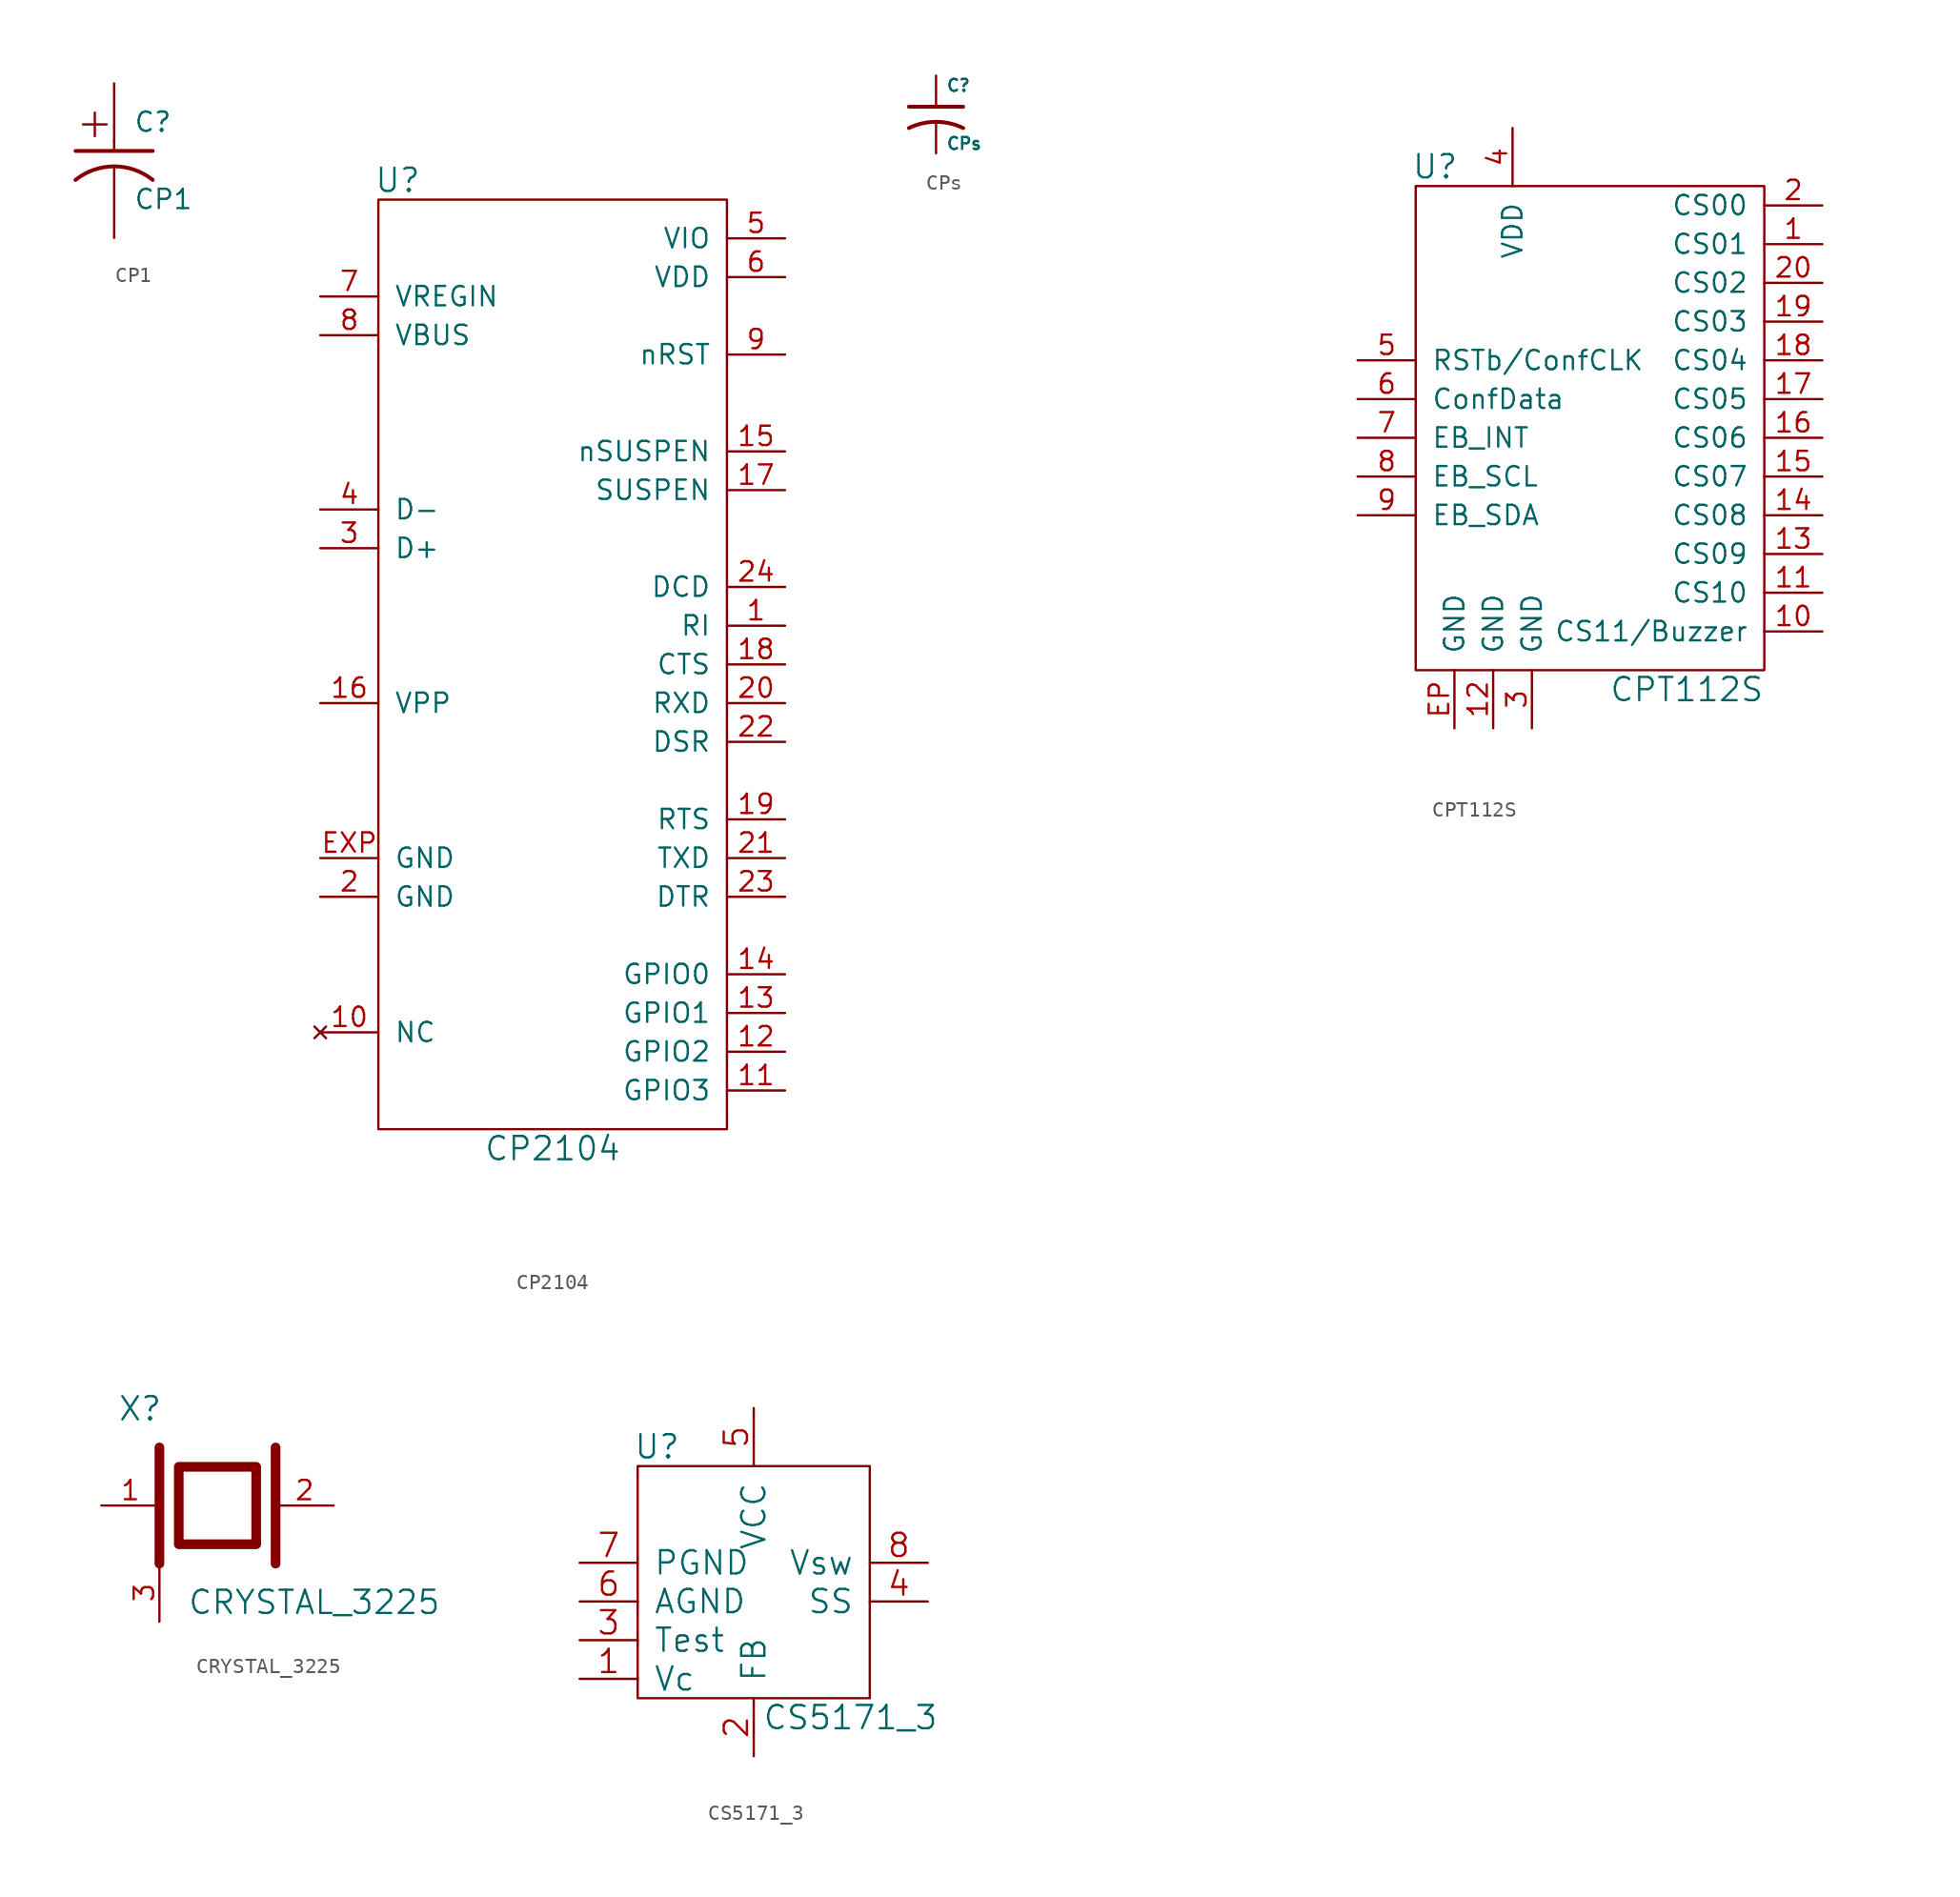
<source format=kicad_sym>
(kicad_symbol_lib
  (version 20210619)
  (generator kicad_symbol_editor)
  (symbol "tinkerforge:CP1"
    (pin_numbers hide)
    (pin_names
      (offset 0.254) hide)
    (property "Reference" "C"
      (at 1.27 2.54 0)
      (effects (font (size 1.27 1.27)) (justify left)))
    (property "Value" "CP1"
      (at 1.27 -2.54 0)
      (effects (font (size 1.27 1.27)) (justify left)))
    (property "Footprint" ""
      (at 0 0 0)
      (effects (font (size 1.524 1.524))))
    (property "Datasheet" ""
      (at 0 0 0)
      (effects (font (size 1.524 1.524))))
    (symbol "CP1_0_0"
      (text "+" (at -1.27 2.54 0) (effects (font (size 2.032 2.032)))))
    (symbol "CP1_0_1"
      (arc (start -2.54 -1.27) (end 2.54 -1.27) (radius (at 0 -4.445) (length 4.064) (angles 128.6 51.3)) (stroke (width 0.254)) (fill (type none)))
      (polyline (pts (xy 0 1.27) (xy 0 0.762) (xy 0 0.762)) (stroke (width 0)) (fill (type none)))
      (polyline (pts (xy 2.54 0.635) (xy -2.54 0.635) (xy -2.54 0.635)) (stroke (width 0.254)) (fill (type none))))
    (symbol "CP1_1_1"
      (pin passive line (at 0 5.08 270) (length 3.81) (name "~" (effects (font (size 1.016 1.016)))) (number "1" (effects (font (size 1.016 1.016)))))
      (pin passive line (at 0 -5.08 90) (length 4.572) (name "~" (effects (font (size 1.016 1.016)))) (number "2" (effects (font (size 1.016 1.016)))))))
  (symbol "tinkerforge:CP2104"
    (pin_names
      (offset 1.016))
    (property "Reference" "U"
      (at -10.16 31.75 0)
      (effects (font (size 1.524 1.524))))
    (property "Value" "CP2104"
      (at 0 -31.75 0)
      (effects (font (size 1.524 1.524))))
    (property "Footprint" ""
      (at 0 0 0)
      (effects (font (size 1.524 1.524))))
    (property "Datasheet" ""
      (at 0 0 0)
      (effects (font (size 1.524 1.524))))
    (symbol "CP2104_0_1"
      (rectangle (start -11.43 30.48) (end 11.43 -30.48) (stroke (width 0)) (fill (type none))))
    (symbol "CP2104_1_1"
      (pin passive line (at 15.24 2.54 180) (length 3.81) (name "RI" (effects (font (size 1.27 1.27)))) (number "1" (effects (font (size 1.27 1.27)))))
      (pin no_connect line (at -15.24 -24.13 0) (length 3.81) (name "NC" (effects (font (size 1.27 1.27)))) (number "10" (effects (font (size 1.27 1.27)))))
      (pin passive line (at 15.24 -27.94 180) (length 3.81) (name "GPIO3" (effects (font (size 1.27 1.27)))) (number "11" (effects (font (size 1.27 1.27)))))
      (pin passive line (at 15.24 -25.4 180) (length 3.81) (name "GPIO2" (effects (font (size 1.27 1.27)))) (number "12" (effects (font (size 1.27 1.27)))))
      (pin passive line (at 15.24 -22.86 180) (length 3.81) (name "GPIO1" (effects (font (size 1.27 1.27)))) (number "13" (effects (font (size 1.27 1.27)))))
      (pin passive line (at 15.24 -20.32 180) (length 3.81) (name "GPIO0" (effects (font (size 1.27 1.27)))) (number "14" (effects (font (size 1.27 1.27)))))
      (pin passive line (at 15.24 13.97 180) (length 3.81) (name "nSUSPEN" (effects (font (size 1.27 1.27)))) (number "15" (effects (font (size 1.27 1.27)))))
      (pin passive line (at -15.24 -2.54 0) (length 3.81) (name "VPP" (effects (font (size 1.27 1.27)))) (number "16" (effects (font (size 1.27 1.27)))))
      (pin passive line (at 15.24 11.43 180) (length 3.81) (name "SUSPEN" (effects (font (size 1.27 1.27)))) (number "17" (effects (font (size 1.27 1.27)))))
      (pin passive line (at 15.24 0 180) (length 3.81) (name "CTS" (effects (font (size 1.27 1.27)))) (number "18" (effects (font (size 1.27 1.27)))))
      (pin passive line (at 15.24 -10.16 180) (length 3.81) (name "RTS" (effects (font (size 1.27 1.27)))) (number "19" (effects (font (size 1.27 1.27)))))
      (pin passive line (at -15.24 -15.24 0) (length 3.81) (name "GND" (effects (font (size 1.27 1.27)))) (number "2" (effects (font (size 1.27 1.27)))))
      (pin passive line (at 15.24 -2.54 180) (length 3.81) (name "RXD" (effects (font (size 1.27 1.27)))) (number "20" (effects (font (size 1.27 1.27)))))
      (pin passive line (at 15.24 -12.7 180) (length 3.81) (name "TXD" (effects (font (size 1.27 1.27)))) (number "21" (effects (font (size 1.27 1.27)))))
      (pin passive line (at 15.24 -5.08 180) (length 3.81) (name "DSR" (effects (font (size 1.27 1.27)))) (number "22" (effects (font (size 1.27 1.27)))))
      (pin passive line (at 15.24 -15.24 180) (length 3.81) (name "DTR" (effects (font (size 1.27 1.27)))) (number "23" (effects (font (size 1.27 1.27)))))
      (pin passive line (at 15.24 5.08 180) (length 3.81) (name "DCD" (effects (font (size 1.27 1.27)))) (number "24" (effects (font (size 1.27 1.27)))))
      (pin passive line (at -15.24 7.62 0) (length 3.81) (name "D+" (effects (font (size 1.27 1.27)))) (number "3" (effects (font (size 1.27 1.27)))))
      (pin passive line (at -15.24 10.16 0) (length 3.81) (name "D-" (effects (font (size 1.27 1.27)))) (number "4" (effects (font (size 1.27 1.27)))))
      (pin passive line (at 15.24 27.94 180) (length 3.81) (name "VIO" (effects (font (size 1.27 1.27)))) (number "5" (effects (font (size 1.27 1.27)))))
      (pin passive line (at 15.24 25.4 180) (length 3.81) (name "VDD" (effects (font (size 1.27 1.27)))) (number "6" (effects (font (size 1.27 1.27)))))
      (pin passive line (at -15.24 24.13 0) (length 3.81) (name "VREGIN" (effects (font (size 1.27 1.27)))) (number "7" (effects (font (size 1.27 1.27)))))
      (pin passive line (at -15.24 21.59 0) (length 3.81) (name "VBUS" (effects (font (size 1.27 1.27)))) (number "8" (effects (font (size 1.27 1.27)))))
      (pin passive line (at 15.24 20.32 180) (length 3.81) (name "nRST" (effects (font (size 1.27 1.27)))) (number "9" (effects (font (size 1.27 1.27)))))
      (pin passive line (at -15.24 -12.7 0) (length 3.81) (name "GND" (effects (font (size 1.27 1.27)))) (number "EXP" (effects (font (size 1.27 1.27)))))))
  (symbol "tinkerforge:CPs"
    (pin_numbers hide)
    (pin_names
      (offset 0.254))
    (property "Reference" "C"
      (at 0.635 1.905 0)
      (effects (font (size 0.787 0.787)) (justify left)))
    (property "Value" "CPs"
      (at 0.635 -1.905 0)
      (effects (font (size 0.787 0.787)) (justify left)))
    (property "Footprint" ""
      (at 0 0 0)
      (effects (font (size 1.524 1.524))))
    (property "Datasheet" ""
      (at 0 0 0)
      (effects (font (size 1.524 1.524))))
    (symbol "CPs_0_1"
      (arc (start -1.778 -0.889) (end 1.778 -0.889) (radius (at 0 -4.572) (length 4.0894) (angles 115.8 64.2)) (stroke (width 0.254)) (fill (type none)))
      (polyline (pts (xy -1.778 0.508) (xy 1.778 0.508)) (stroke (width 0.254)) (fill (type none))))
    (symbol "CPs_1_1"
      (pin passive line (at 0 2.54 270) (length 2.007) (name "~" (effects (font (size 1.016 1.016)))) (number "1" (effects (font (size 1.016 1.016)))))
      (pin passive line (at 0 -2.54 90) (length 2.007) (name "~" (effects (font (size 1.016 1.016)))) (number "2" (effects (font (size 1.016 1.016)))))))
  (symbol "tinkerforge:CPT112S"
    (pin_names
      (offset 1.016))
    (property "Reference" "U"
      (at -10.16 16.51 0)
      (effects (font (size 1.524 1.524))))
    (property "Value" "CPT112S"
      (at 6.35 -17.78 0)
      (effects (font (size 1.524 1.524))))
    (property "Footprint" ""
      (at -30.48 15.24 0)
      (effects (font (size 1.524 1.524))))
    (property "Datasheet" ""
      (at -30.48 15.24 0)
      (effects (font (size 1.524 1.524))))
    (symbol "CPT112S_0_1"
      (rectangle (start -11.43 15.24) (end 11.43 -16.51) (stroke (width 0)) (fill (type none))))
    (symbol "CPT112S_1_1"
      (pin passive line (at 15.24 11.43 180) (length 3.81) (name "CS01" (effects (font (size 1.27 1.27)))) (number "1" (effects (font (size 1.27 1.27)))))
      (pin passive line (at 15.24 -13.97 180) (length 3.81) (name "CS11/Buzzer" (effects (font (size 1.27 1.27)))) (number "10" (effects (font (size 1.27 1.27)))))
      (pin passive line (at 15.24 -11.43 180) (length 3.81) (name "CS10" (effects (font (size 1.27 1.27)))) (number "11" (effects (font (size 1.27 1.27)))))
      (pin passive line (at -6.35 -20.32 90) (length 3.81) (name "GND" (effects (font (size 1.27 1.27)))) (number "12" (effects (font (size 1.27 1.27)))))
      (pin passive line (at 15.24 -8.89 180) (length 3.81) (name "CS09" (effects (font (size 1.27 1.27)))) (number "13" (effects (font (size 1.27 1.27)))))
      (pin passive line (at 15.24 -6.35 180) (length 3.81) (name "CS08" (effects (font (size 1.27 1.27)))) (number "14" (effects (font (size 1.27 1.27)))))
      (pin passive line (at 15.24 -3.81 180) (length 3.81) (name "CS07" (effects (font (size 1.27 1.27)))) (number "15" (effects (font (size 1.27 1.27)))))
      (pin passive line (at 15.24 -1.27 180) (length 3.81) (name "CS06" (effects (font (size 1.27 1.27)))) (number "16" (effects (font (size 1.27 1.27)))))
      (pin passive line (at 15.24 1.27 180) (length 3.81) (name "CS05" (effects (font (size 1.27 1.27)))) (number "17" (effects (font (size 1.27 1.27)))))
      (pin passive line (at 15.24 3.81 180) (length 3.81) (name "CS04" (effects (font (size 1.27 1.27)))) (number "18" (effects (font (size 1.27 1.27)))))
      (pin passive line (at 15.24 6.35 180) (length 3.81) (name "CS03" (effects (font (size 1.27 1.27)))) (number "19" (effects (font (size 1.27 1.27)))))
      (pin passive line (at 15.24 13.97 180) (length 3.81) (name "CS00" (effects (font (size 1.27 1.27)))) (number "2" (effects (font (size 1.27 1.27)))))
      (pin passive line (at 15.24 8.89 180) (length 3.81) (name "CS02" (effects (font (size 1.27 1.27)))) (number "20" (effects (font (size 1.27 1.27)))))
      (pin passive line (at -3.81 -20.32 90) (length 3.81) (name "GND" (effects (font (size 1.27 1.27)))) (number "3" (effects (font (size 1.27 1.27)))))
      (pin passive line (at -5.08 19.05 270) (length 3.81) (name "VDD" (effects (font (size 1.27 1.27)))) (number "4" (effects (font (size 1.27 1.27)))))
      (pin passive line (at -15.24 3.81 0) (length 3.81) (name "RSTb/ConfCLK" (effects (font (size 1.27 1.27)))) (number "5" (effects (font (size 1.27 1.27)))))
      (pin passive line (at -15.24 1.27 0) (length 3.81) (name "ConfData" (effects (font (size 1.27 1.27)))) (number "6" (effects (font (size 1.27 1.27)))))
      (pin passive line (at -15.24 -1.27 0) (length 3.81) (name "EB_INT" (effects (font (size 1.27 1.27)))) (number "7" (effects (font (size 1.27 1.27)))))
      (pin passive line (at -15.24 -3.81 0) (length 3.81) (name "EB_SCL" (effects (font (size 1.27 1.27)))) (number "8" (effects (font (size 1.27 1.27)))))
      (pin passive line (at -15.24 -6.35 0) (length 3.81) (name "EB_SDA" (effects (font (size 1.27 1.27)))) (number "9" (effects (font (size 1.27 1.27)))))
      (pin input line (at -8.89 -20.32 90) (length 3.81) (name "GND" (effects (font (size 1.27 1.27)))) (number "EP" (effects (font (size 1.27 1.27)))))))
  (symbol "tinkerforge:CRYSTAL_3225"
    (pin_names
      (offset 1.016))
    (property "Reference" "X"
      (at -5.08 6.35 0)
      (effects (font (size 1.524 1.524))))
    (property "Value" "CRYSTAL_3225"
      (at 6.35 -6.35 0)
      (effects (font (size 1.524 1.524))))
    (property "Footprint" ""
      (at 0 0 0)
      (effects (font (size 1.524 1.524))))
    (property "Datasheet" ""
      (at 0 0 0)
      (effects (font (size 1.524 1.524))))
    (symbol "CRYSTAL_3225_0_1"
      (rectangle (start -2.54 2.54) (end 2.54 -2.54) (stroke (width 0.635)) (fill (type none))))
    (symbol "CRYSTAL_3225_1_1"
      (polyline (pts (xy -3.81 3.81) (xy -3.81 -3.81) (xy -3.81 -3.81)) (stroke (width 0.635)) (fill (type none)))
      (polyline (pts (xy 3.81 3.81) (xy 3.81 -3.81) (xy 3.81 -3.81)) (stroke (width 0.635)) (fill (type none)))
      (pin passive line (at -7.62 0 0) (length 3.81) (name "~" (effects (font (size 1.27 1.27)))) (number "1" (effects (font (size 1.27 1.27)))))
      (pin passive line (at 7.62 0 180) (length 3.81) (name "~" (effects (font (size 1.27 1.27)))) (number "2" (effects (font (size 1.27 1.27)))))
      (pin passive line (at -3.81 -7.62 90) (length 3.81) (name "~" (effects (font (size 1.27 1.27)))) (number "3" (effects (font (size 1.27 1.27)))))))
  (symbol "tinkerforge:CS5171_3"
    (pin_names
      (offset 1.016))
    (property "Reference" "U"
      (at -6.35 8.89 0)
      (effects (font (size 1.524 1.524))))
    (property "Value" "CS5171_3"
      (at 6.35 -8.89 0)
      (effects (font (size 1.524 1.524))))
    (property "Footprint" ""
      (at 0 1.27 0)
      (effects (font (size 1.524 1.524))))
    (property "Datasheet" ""
      (at 0 1.27 0)
      (effects (font (size 1.524 1.524))))
    (symbol "CS5171_3_0_1"
      (rectangle (start -7.62 7.62) (end 7.62 -7.62) (stroke (width 0)) (fill (type none))))
    (symbol "CS5171_3_1_1"
      (pin passive line (at -11.43 -6.35 0) (length 3.81) (name "Vc" (effects (font (size 1.524 1.524)))) (number "1" (effects (font (size 1.524 1.524)))))
      (pin passive line (at 0 -11.43 90) (length 3.81) (name "FB" (effects (font (size 1.524 1.524)))) (number "2" (effects (font (size 1.524 1.524)))))
      (pin passive line (at -11.43 -3.81 0) (length 3.81) (name "Test" (effects (font (size 1.524 1.524)))) (number "3" (effects (font (size 1.524 1.524)))))
      (pin passive line (at 11.43 -1.27 180) (length 3.81) (name "SS" (effects (font (size 1.524 1.524)))) (number "4" (effects (font (size 1.524 1.524)))))
      (pin passive line (at 0 11.43 270) (length 3.81) (name "VCC" (effects (font (size 1.524 1.524)))) (number "5" (effects (font (size 1.524 1.524)))))
      (pin passive line (at -11.43 -1.27 0) (length 3.81) (name "AGND" (effects (font (size 1.524 1.524)))) (number "6" (effects (font (size 1.524 1.524)))))
      (pin passive line (at -11.43 1.27 0) (length 3.81) (name "PGND" (effects (font (size 1.524 1.524)))) (number "7" (effects (font (size 1.524 1.524)))))
      (pin passive line (at 11.43 1.27 180) (length 3.81) (name "Vsw" (effects (font (size 1.524 1.524)))) (number "8" (effects (font (size 1.524 1.524))))))))
</source>
